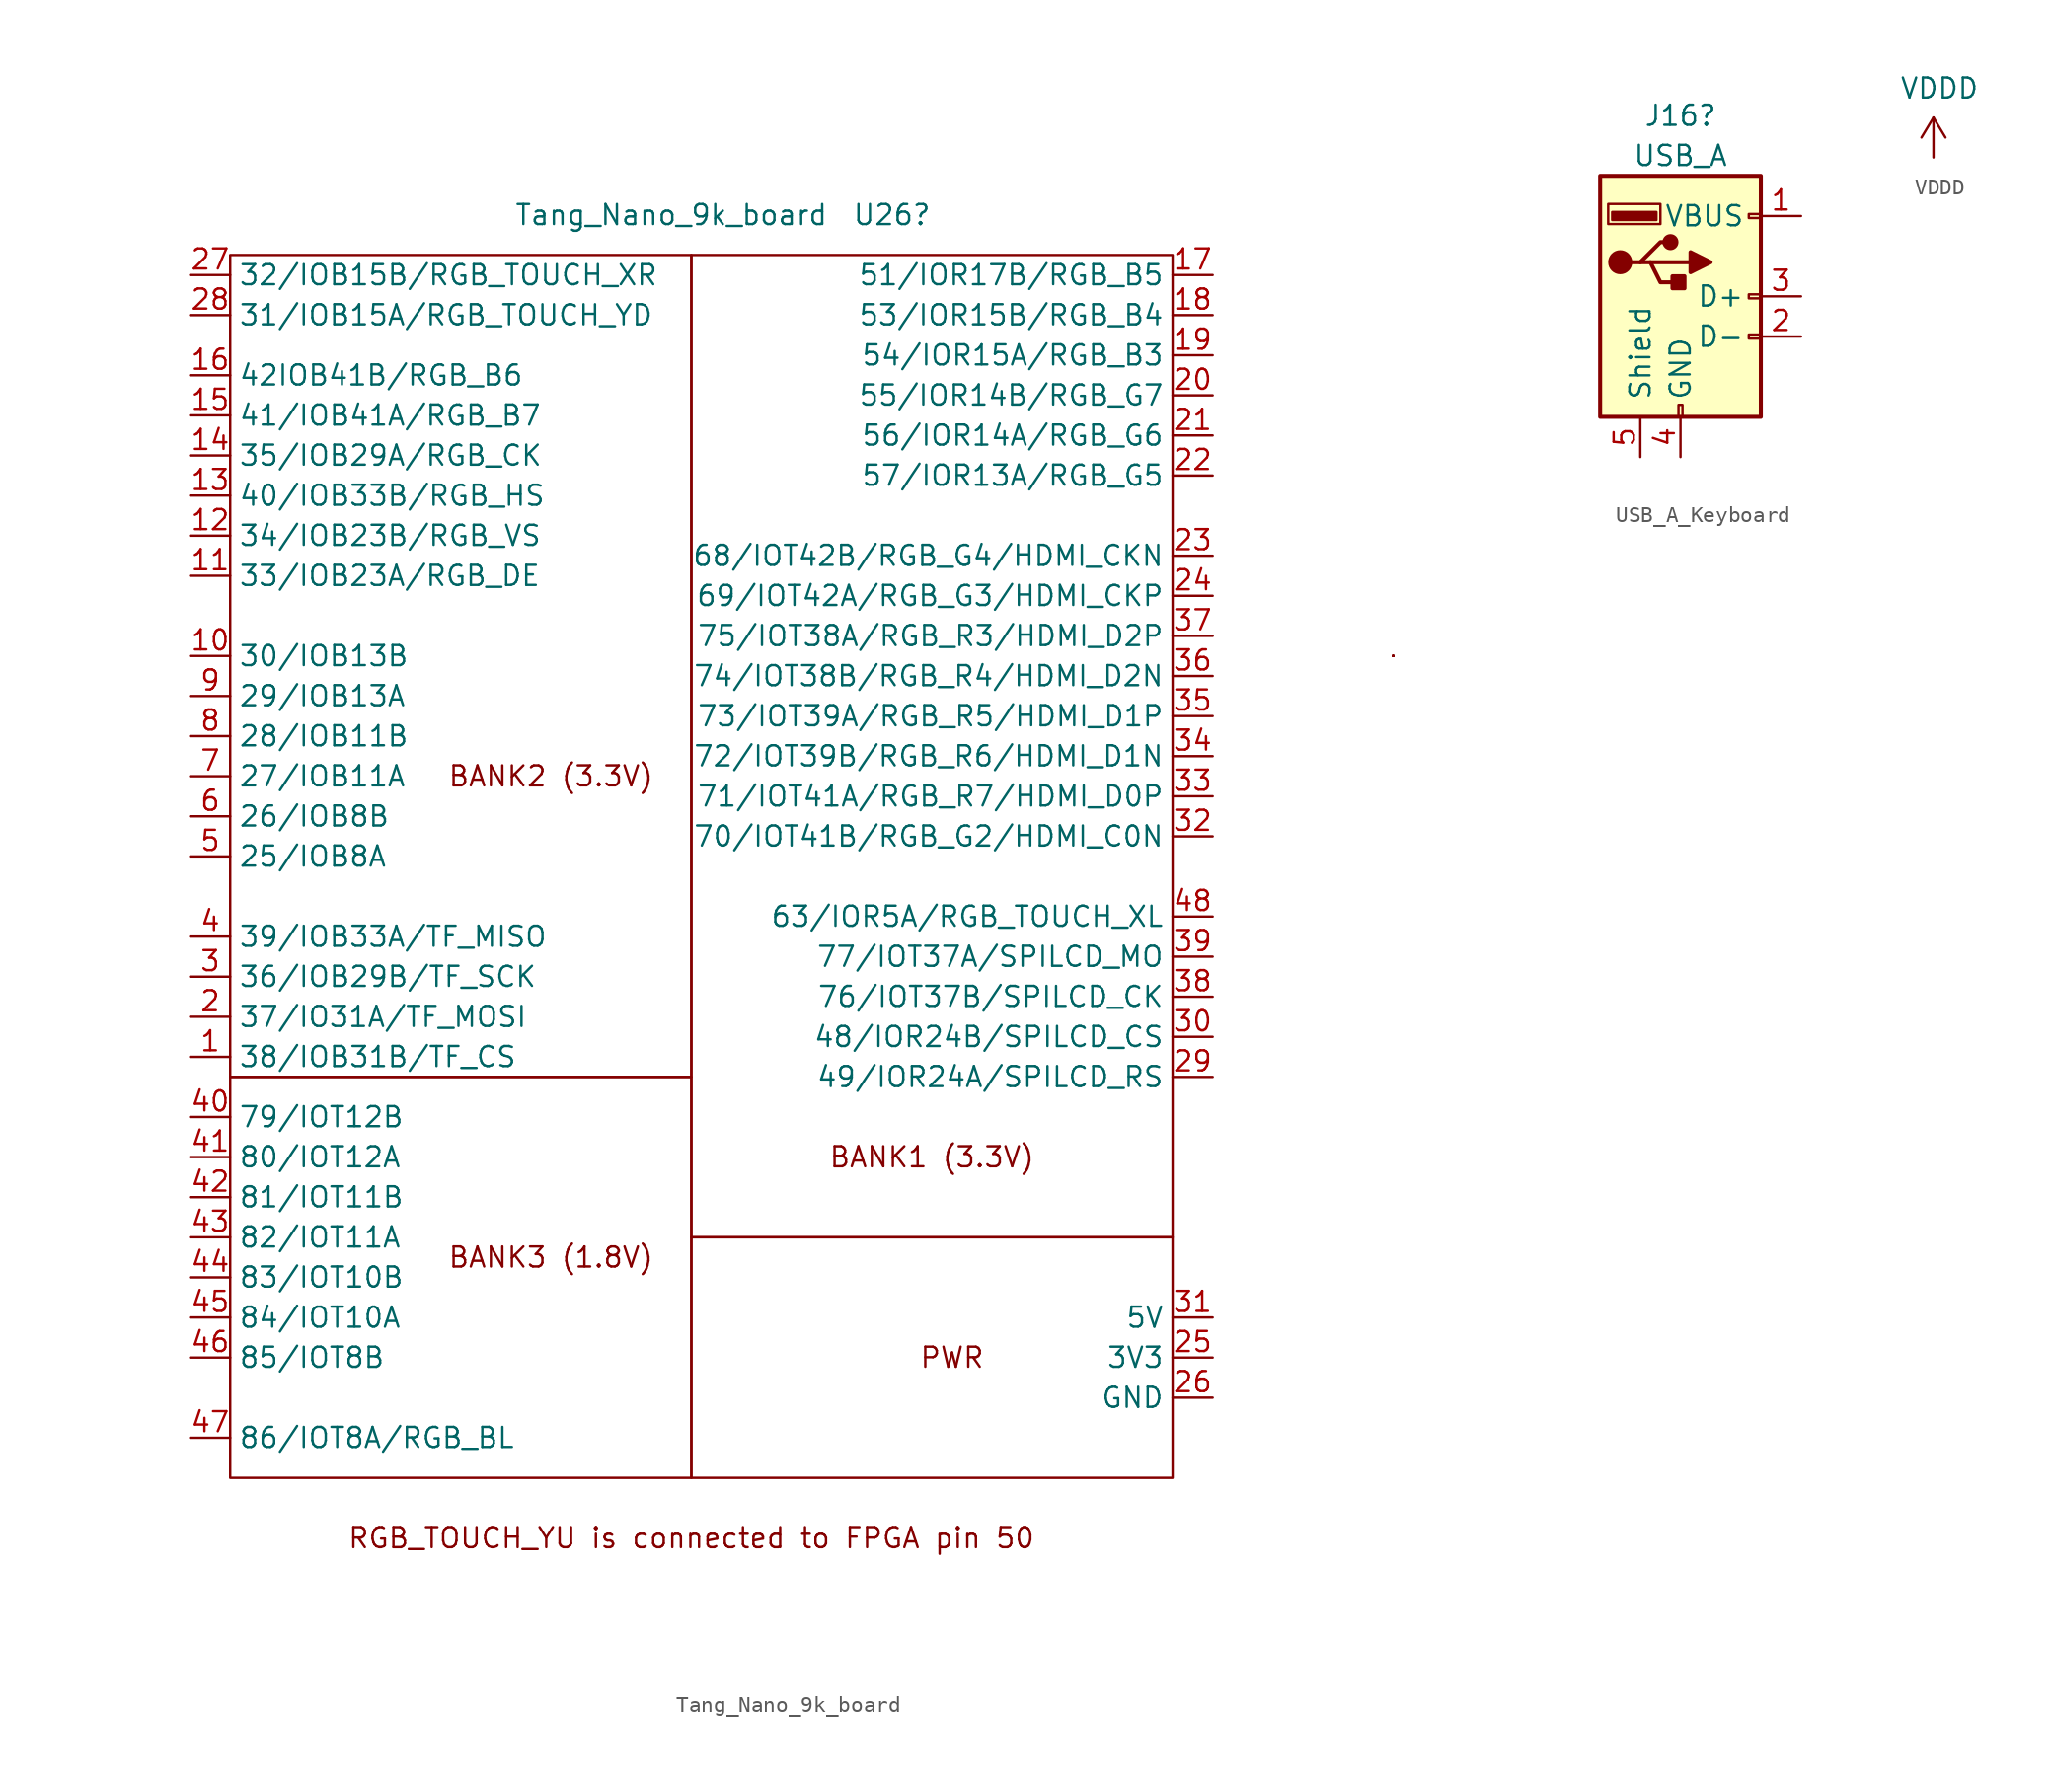
<source format=kicad_sym>
(kicad_symbol_lib
  (version 20220914)
  (generator kicad_symbol_editor)
  (symbol "Tang_Nano_9k_board"
    (property "Reference" "U26"
      (at 12.7 35.56 0)
      (effects (font (size 1.27 1.27))))
    (property "Value" "Tang_Nano_9k_board"
      (at -1.27 35.56 0)
      (effects (font (size 1.27 1.27))))
    (symbol "Tang_Nano_9k_board_0_0"
      (rectangle (start 44.45 7.62) (end 44.45 7.62) (stroke (width 0) (type default)) (fill (type none)))
      (rectangle (start 44.45 7.62) (end 44.45 7.62) (stroke (width 0) (type default)) (fill (type none)))
      (rectangle (start 44.45 7.62) (end 44.45 7.62) (stroke (width 0) (type default)) (fill (type none)))
      (rectangle (start 44.45 7.62) (end 44.45 7.62) (stroke (width 0) (type default)) (fill (type none)))
      (rectangle (start 44.45 7.62) (end 44.45 7.62) (stroke (width 0) (type default)) (fill (type none)))
      (rectangle (start 44.45 7.62) (end 44.45 7.62) (stroke (width 0) (type default)) (fill (type none)))
      (rectangle (start 44.45 7.62) (end 44.45 7.62) (stroke (width 0) (type default)) (fill (type none)))
      (rectangle (start 44.45 7.62) (end 44.45 7.62) (stroke (width 0) (type default)) (fill (type none)))
      (rectangle (start 44.45 7.62) (end 44.45 7.62) (stroke (width 0) (type default)) (fill (type none)))
      (rectangle (start 44.45 7.62) (end 44.45 7.62) (stroke (width 0) (type default)) (fill (type none)))
      (text "BANK1 (3.3V)" (at 15.24 -24.13 0) (effects (font (size 1.27 1.27))))
      (text "BANK2 (3.3V)" (at -8.89 0 0) (effects (font (size 1.27 1.27))))
      (text "BANK3 (1.8V)" (at -8.89 -30.48 0) (effects (font (size 1.27 1.27))))
      (text "PWR" (at 16.51 -36.83 0) (effects (font (size 1.27 1.27))))
      (text "RGB_TOUCH_YU is connected to FPGA pin 50" (at 0 -48.26 0) (effects (font (size 1.27 1.27)))))
    (symbol "Tang_Nano_9k_board_0_1"
      (rectangle (start -29.21 33.02) (end 0 -19.05) (stroke (width 0) (type default)) (fill (type none)))
      (rectangle (start 0 -44.45) (end -29.21 -19.05) (stroke (width 0) (type default)) (fill (type none)))
      (rectangle (start 0 -29.21) (end 30.48 -44.45) (stroke (width 0) (type default)) (fill (type none)))
      (rectangle (start 0 33.02) (end 30.48 -29.21) (stroke (width 0) (type default)) (fill (type none))))
    (symbol "Tang_Nano_9k_board_1_1"
      (pin bidirectional line (at -31.75 -17.78 0) (length 2.54) (name "38/IOB31B/TF_CS" (effects (font (size 1.27 1.27)))) (number "1" (effects (font (size 1.27 1.27)))))
      (pin bidirectional line (at -31.75 7.62 0) (length 2.54) (name "30/IOB13B" (effects (font (size 1.27 1.27)))) (number "10" (effects (font (size 1.27 1.27)))))
      (pin bidirectional line (at -31.75 12.7 0) (length 2.54) (name "33/IOB23A/RGB_DE" (effects (font (size 1.27 1.27)))) (number "11" (effects (font (size 1.27 1.27)))))
      (pin bidirectional line (at -31.75 15.24 0) (length 2.54) (name "34/IOB23B/RGB_VS" (effects (font (size 1.27 1.27)))) (number "12" (effects (font (size 1.27 1.27)))))
      (pin bidirectional line (at -31.75 17.78 0) (length 2.54) (name "40/IOB33B/RGB_HS" (effects (font (size 1.27 1.27)))) (number "13" (effects (font (size 1.27 1.27)))))
      (pin bidirectional line (at -31.75 20.32 0) (length 2.54) (name "35/IOB29A/RGB_CK" (effects (font (size 1.27 1.27)))) (number "14" (effects (font (size 1.27 1.27)))))
      (pin bidirectional line (at -31.75 22.86 0) (length 2.54) (name "41/IOB41A/RGB_B7" (effects (font (size 1.27 1.27)))) (number "15" (effects (font (size 1.27 1.27)))))
      (pin bidirectional line (at -31.75 25.4 0) (length 2.54) (name "42IOB41B/RGB_B6" (effects (font (size 1.27 1.27)))) (number "16" (effects (font (size 1.27 1.27)))))
      (pin bidirectional line (at 33.02 31.75 180) (length 2.54) (name "51/IOR17B/RGB_B5" (effects (font (size 1.27 1.27)))) (number "17" (effects (font (size 1.27 1.27)))))
      (pin bidirectional line (at 33.02 29.21 180) (length 2.54) (name "53/IOR15B/RGB_B4" (effects (font (size 1.27 1.27)))) (number "18" (effects (font (size 1.27 1.27)))))
      (pin bidirectional line (at 33.02 26.67 180) (length 2.54) (name "54/IOR15A/RGB_B3" (effects (font (size 1.27 1.27)))) (number "19" (effects (font (size 1.27 1.27)))))
      (pin bidirectional line (at -31.75 -15.24 0) (length 2.54) (name "37/IO31A/TF_MOSI" (effects (font (size 1.27 1.27)))) (number "2" (effects (font (size 1.27 1.27)))))
      (pin bidirectional line (at 33.02 24.13 180) (length 2.54) (name "55/IOR14B/RGB_G7" (effects (font (size 1.27 1.27)))) (number "20" (effects (font (size 1.27 1.27)))))
      (pin bidirectional line (at 33.02 21.59 180) (length 2.54) (name "56/IOR14A/RGB_G6" (effects (font (size 1.27 1.27)))) (number "21" (effects (font (size 1.27 1.27)))))
      (pin bidirectional line (at 33.02 19.05 180) (length 2.54) (name "57/IOR13A/RGB_G5" (effects (font (size 1.27 1.27)))) (number "22" (effects (font (size 1.27 1.27)))))
      (pin bidirectional line (at 33.02 13.97 180) (length 2.54) (name "68/IOT42B/RGB_G4/HDMI_CKN" (effects (font (size 1.27 1.27)))) (number "23" (effects (font (size 1.27 1.27)))))
      (pin bidirectional line (at 33.02 11.43 180) (length 2.54) (name "69/IOT42A/RGB_G3/HDMI_CKP" (effects (font (size 1.27 1.27)))) (number "24" (effects (font (size 1.27 1.27)))))
      (pin power_out line (at 33.02 -36.83 180) (length 2.54) (name "3V3" (effects (font (size 1.27 1.27)))) (number "25" (effects (font (size 1.27 1.27)))))
      (pin power_out line (at 33.02 -39.37 180) (length 2.54) (name "GND" (effects (font (size 1.27 1.27)))) (number "26" (effects (font (size 1.27 1.27)))))
      (pin bidirectional line (at -31.75 31.75 0) (length 2.54) (name "32/IOB15B/RGB_TOUCH_XR" (effects (font (size 1.27 1.27)))) (number "27" (effects (font (size 1.27 1.27)))))
      (pin bidirectional line (at -31.75 29.21 0) (length 2.54) (name "31/IOB15A/RGB_TOUCH_YD" (effects (font (size 1.27 1.27)))) (number "28" (effects (font (size 1.27 1.27)))))
      (pin bidirectional line (at 33.02 -19.05 180) (length 2.54) (name "49/IOR24A/SPILCD_RS" (effects (font (size 1.27 1.27)))) (number "29" (effects (font (size 1.27 1.27)))))
      (pin bidirectional line (at -31.75 -12.7 0) (length 2.54) (name "36/IOB29B/TF_SCK" (effects (font (size 1.27 1.27)))) (number "3" (effects (font (size 1.27 1.27)))))
      (pin bidirectional line (at 33.02 -16.51 180) (length 2.54) (name "48/IOR24B/SPILCD_CS" (effects (font (size 1.27 1.27)))) (number "30" (effects (font (size 1.27 1.27)))))
      (pin power_out line (at 33.02 -34.29 180) (length 2.54) (name "5V" (effects (font (size 1.27 1.27)))) (number "31" (effects (font (size 1.27 1.27)))))
      (pin bidirectional line (at 33.02 -3.81 180) (length 2.54) (name "70/IOT41B/RGB_G2/HDMI_C0N" (effects (font (size 1.27 1.27)))) (number "32" (effects (font (size 1.27 1.27)))))
      (pin bidirectional line (at 33.02 -1.27 180) (length 2.54) (name "71/IOT41A/RGB_R7/HDMI_D0P" (effects (font (size 1.27 1.27)))) (number "33" (effects (font (size 1.27 1.27)))))
      (pin bidirectional line (at 33.02 1.27 180) (length 2.54) (name "72/IOT39B/RGB_R6/HDMI_D1N" (effects (font (size 1.27 1.27)))) (number "34" (effects (font (size 1.27 1.27)))))
      (pin bidirectional line (at 33.02 3.81 180) (length 2.54) (name "73/IOT39A/RGB_R5/HDMI_D1P" (effects (font (size 1.27 1.27)))) (number "35" (effects (font (size 1.27 1.27)))))
      (pin bidirectional line (at 33.02 6.35 180) (length 2.54) (name "74/IOT38B/RGB_R4/HDMI_D2N" (effects (font (size 1.27 1.27)))) (number "36" (effects (font (size 1.27 1.27)))))
      (pin bidirectional line (at 33.02 8.89 180) (length 2.54) (name "75/IOT38A/RGB_R3/HDMI_D2P" (effects (font (size 1.27 1.27)))) (number "37" (effects (font (size 1.27 1.27)))))
      (pin bidirectional line (at 33.02 -13.97 180) (length 2.54) (name "76/IOT37B/SPILCD_CK" (effects (font (size 1.27 1.27)))) (number "38" (effects (font (size 1.27 1.27)))))
      (pin bidirectional line (at 33.02 -11.43 180) (length 2.54) (name "77/IOT37A/SPILCD_MO" (effects (font (size 1.27 1.27)))) (number "39" (effects (font (size 1.27 1.27)))))
      (pin bidirectional line (at -31.75 -10.16 0) (length 2.54) (name "39/IOB33A/TF_MISO" (effects (font (size 1.27 1.27)))) (number "4" (effects (font (size 1.27 1.27)))))
      (pin bidirectional line (at -31.75 -21.59 0) (length 2.54) (name "79/IOT12B" (effects (font (size 1.27 1.27)))) (number "40" (effects (font (size 1.27 1.27)))))
      (pin bidirectional line (at -31.75 -24.13 0) (length 2.54) (name "80/IOT12A" (effects (font (size 1.27 1.27)))) (number "41" (effects (font (size 1.27 1.27)))))
      (pin bidirectional line (at -31.75 -26.67 0) (length 2.54) (name "81/IOT11B" (effects (font (size 1.27 1.27)))) (number "42" (effects (font (size 1.27 1.27)))))
      (pin bidirectional line (at -31.75 -29.21 0) (length 2.54) (name "82/IOT11A" (effects (font (size 1.27 1.27)))) (number "43" (effects (font (size 1.27 1.27)))))
      (pin bidirectional line (at -31.75 -31.75 0) (length 2.54) (name "83/IOT10B" (effects (font (size 1.27 1.27)))) (number "44" (effects (font (size 1.27 1.27)))))
      (pin bidirectional line (at -31.75 -34.29 0) (length 2.54) (name "84/IOT10A" (effects (font (size 1.27 1.27)))) (number "45" (effects (font (size 1.27 1.27)))))
      (pin bidirectional line (at -31.75 -36.83 0) (length 2.54) (name "85/IOT8B" (effects (font (size 1.27 1.27)))) (number "46" (effects (font (size 1.27 1.27)))))
      (pin bidirectional line (at -31.75 -41.91 0) (length 2.54) (name "86/IOT8A/RGB_BL" (effects (font (size 1.27 1.27)))) (number "47" (effects (font (size 1.27 1.27)))))
      (pin bidirectional line (at 33.02 -8.89 180) (length 2.54) (name "63/IOR5A/RGB_TOUCH_XL" (effects (font (size 1.27 1.27)))) (number "48" (effects (font (size 1.27 1.27)))))
      (pin bidirectional line (at -31.75 -5.08 0) (length 2.54) (name "25/IOB8A" (effects (font (size 1.27 1.27)))) (number "5" (effects (font (size 1.27 1.27)))))
      (pin bidirectional line (at -31.75 -2.54 0) (length 2.54) (name "26/IOB8B" (effects (font (size 1.27 1.27)))) (number "6" (effects (font (size 1.27 1.27)))))
      (pin bidirectional line (at -31.75 0 0) (length 2.54) (name "27/IOB11A" (effects (font (size 1.27 1.27)))) (number "7" (effects (font (size 1.27 1.27)))))
      (pin bidirectional line (at -31.75 2.54 0) (length 2.54) (name "28/IOB11B" (effects (font (size 1.27 1.27)))) (number "8" (effects (font (size 1.27 1.27)))))
      (pin bidirectional line (at -31.75 5.08 0) (length 2.54) (name "29/IOB13A" (effects (font (size 1.27 1.27)))) (number "9" (effects (font (size 1.27 1.27)))))))
  (symbol "USB_A_Keyboard"
    (pin_names
      (offset 1.016))
    (property "Reference" "J16"
      (at 0 11.43 0)
      (effects (font (size 1.27 1.27))))
    (property "Value" "USB_A"
      (at 0 8.89 0)
      (effects (font (size 1.27 1.27))))
    (symbol "USB_A_Keyboard_0_1"
      (rectangle (start -5.08 -7.62) (end 5.08 7.62) (stroke (width 0.254) (type default)) (fill (type background)))
      (circle (center -3.81 2.159) (radius 0.635) (stroke (width 0.254) (type default)) (fill (type outline)))
      (rectangle (start -1.524 4.826) (end -4.318 5.334) (stroke (width 0) (type default)) (fill (type outline)))
      (rectangle (start -1.27 4.572) (end -4.572 5.842) (stroke (width 0) (type default)) (fill (type none)))
      (circle (center -0.635 3.429) (radius 0.381) (stroke (width 0.254) (type default)) (fill (type outline)))
      (rectangle (start -0.127 -7.62) (end 0.127 -6.858) (stroke (width 0) (type default)) (fill (type none)))
      (polyline (pts (xy -3.175 2.159) (xy -2.54 2.159) (xy -1.27 3.429) (xy -0.635 3.429)) (stroke (width 0.254) (type default)) (fill (type none)))
      (polyline (pts (xy -2.54 2.159) (xy -1.905 2.159) (xy -1.27 0.889) (xy 0 0.889)) (stroke (width 0.254) (type default)) (fill (type none)))
      (polyline (pts (xy 0.635 2.794) (xy 0.635 1.524) (xy 1.905 2.159) (xy 0.635 2.794)) (stroke (width 0.254) (type default)) (fill (type outline)))
      (rectangle (start 0.254 1.27) (end -0.508 0.508) (stroke (width 0.254) (type default)) (fill (type outline)))
      (rectangle (start 5.08 -2.667) (end 4.318 -2.413) (stroke (width 0) (type default)) (fill (type none)))
      (rectangle (start 5.08 -0.127) (end 4.318 0.127) (stroke (width 0) (type default)) (fill (type none)))
      (rectangle (start 5.08 4.953) (end 4.318 5.207) (stroke (width 0) (type default)) (fill (type none))))
    (symbol "USB_A_Keyboard_1_1"
      (polyline (pts (xy -1.905 2.159) (xy 0.635 2.159)) (stroke (width 0.254) (type default)) (fill (type none)))
      (pin input line (at 7.62 5.08 180) (length 2.54) (name "VBUS" (effects (font (size 1.27 1.27)))) (number "1" (effects (font (size 1.27 1.27)))))
      (pin bidirectional line (at 7.62 -2.54 180) (length 2.54) (name "D-" (effects (font (size 1.27 1.27)))) (number "2" (effects (font (size 1.27 1.27)))))
      (pin bidirectional line (at 7.62 0 180) (length 2.54) (name "D+" (effects (font (size 1.27 1.27)))) (number "3" (effects (font (size 1.27 1.27)))))
      (pin power_in line (at 0 -10.16 90) (length 2.54) (name "GND" (effects (font (size 1.27 1.27)))) (number "4" (effects (font (size 1.27 1.27)))))
      (pin passive line (at -2.54 -10.16 90) (length 2.54) (name "Shield" (effects (font (size 1.27 1.27)))) (number "5" (effects (font (size 1.27 1.27)))))))
  (symbol "VDDD"
    (power)
    (pin_names
      (offset 0))
    (property "Reference" "#PWR0116"
      (at 0 -3.81 0)
      (effects (font (size 1.27 1.27)) hide))
    (property "Value" "VDDD"
      (at 0.381 4.394 0)
      (effects (font (size 1.27 1.27))))
    (symbol "VDDD_0_1"
      (polyline (pts (xy -0.762 1.27) (xy 0 2.54)) (stroke (width 0) (type default)) (fill (type none)))
      (polyline (pts (xy 0 0) (xy 0 2.54)) (stroke (width 0) (type default)) (fill (type none)))
      (polyline (pts (xy 0 2.54) (xy 0.762 1.27)) (stroke (width 0) (type default)) (fill (type none))))
    (symbol "VDDD_1_1"
      (pin power_in line (at 0 0 90) (length 0) hide (name "VDDD" (effects (font (size 1.27 1.27)))) (number "1" (effects (font (size 1.27 1.27))))))))
</source>
